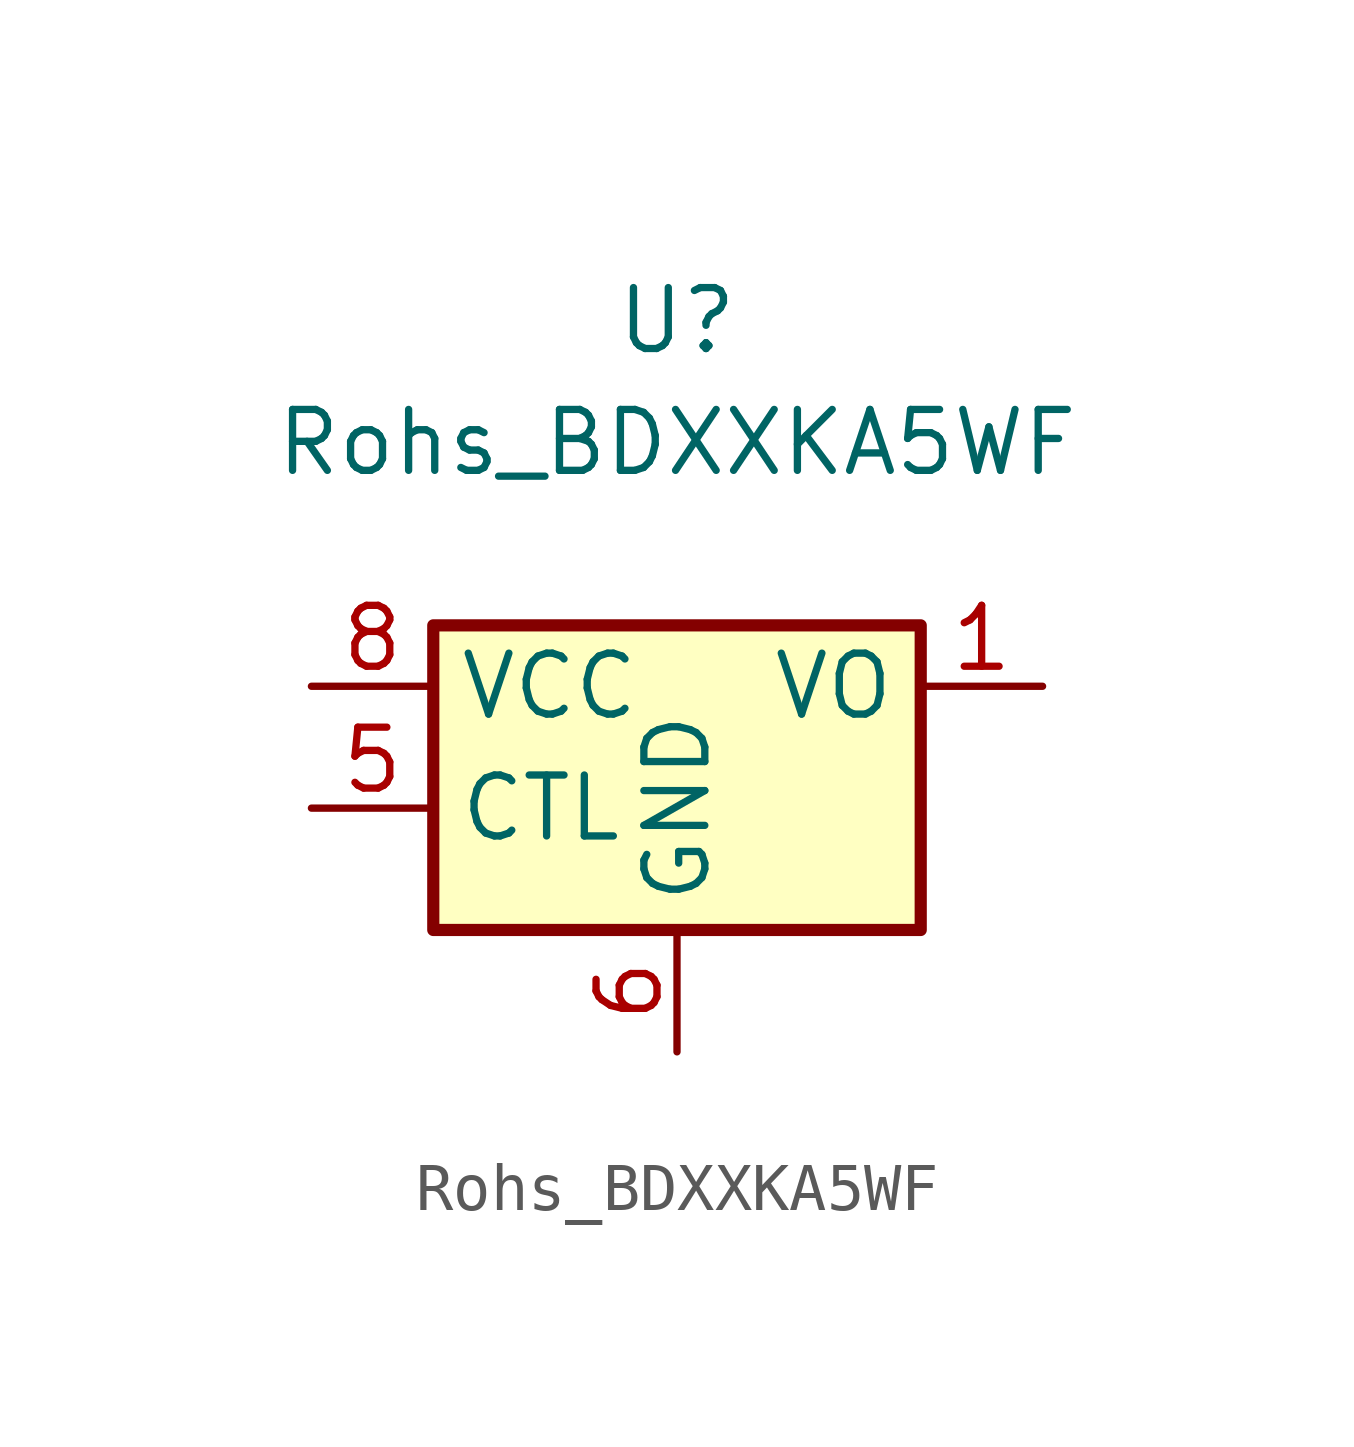
<source format=kicad_sym>
(kicad_symbol_lib
  (version 20241209)
  (generator "kicad_symbol_editor")
  (generator_version "9.0")
  (symbol "Rohs_BDXXKA5WF"
    (property "Reference" "U"
      (at 0 7.62 0)
      (effects (font (size 1.27 1.27))))
    (property "Value" "Rohs_BDXXKA5WF"
      (at 0 5.08 0)
      (effects (font (size 1.27 1.27))))
    (symbol "Rohs_BDXXKA5WF_1_1"
      (rectangle (start -5.08 1.27) (end 5.08 -5.08) (stroke (width 0.254) (type default)) (fill (type background)))
      (pin power_in line (at -7.62 0 0) (length 2.54) (name "VCC" (effects (font (size 1.27 1.27)))) (number "8" (effects (font (size 1.27 1.27)))))
      (pin input line (at -7.62 -2.54 0) (length 2.54) (name "CTL" (effects (font (size 1.27 1.27)))) (number "5" (effects (font (size 1.27 1.27)))))
      (pin no_connect line (at -3.81 -5.08 90) (length 2.54) (hide yes) (name "NC" (effects (font (size 1.27 1.27)))) (number "4" (effects (font (size 1.27 1.27)))))
      (pin power_in line (at 0 -7.62 90) (length 2.54) (name "GND" (effects (font (size 1.27 1.27)))) (number "6" (effects (font (size 1.27 1.27)))))
      (pin passive line (at 0 -7.62 90) (length 2.54) (hide yes) (name "GND" (effects (font (size 1.27 1.27)))) (number "7" (effects (font (size 1.27 1.27)))))
      (pin no_connect line (at 3.81 -5.08 90) (length 2.54) (hide yes) (name "NC" (effects (font (size 1.27 1.27)))) (number "3" (effects (font (size 1.27 1.27)))))
      (pin no_connect line (at 5.08 -3.81 180) (length 2.54) (hide yes) (name "NC" (effects (font (size 1.27 1.27)))) (number "2" (effects (font (size 1.27 1.27)))))
      (pin power_out line (at 7.62 0 180) (length 2.54) (name "VO" (effects (font (size 1.27 1.27)))) (number "1" (effects (font (size 1.27 1.27))))))))
</source>
